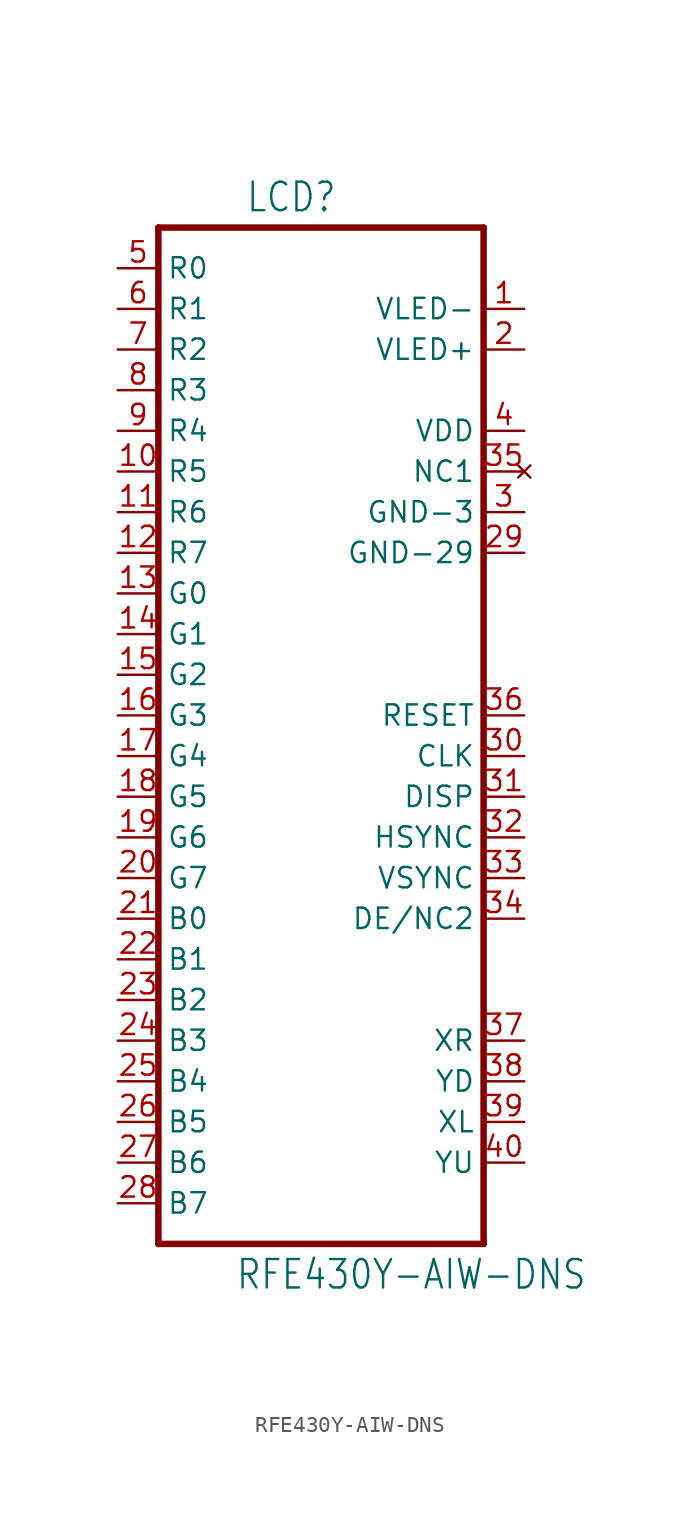
<source format=kicad_sym>
(kicad_symbol_lib
  (version 20211014)
  (generator kicad_symbol_editor)
  (symbol "RFE430Y-AIW-DNS"
    (property "Reference" "LCD"
      (at -4.724 31.344 0)
      (effects (font (size 1.778 1.511)) (justify left bottom)))
    (property "Value" "RFE430Y-AIW-DNS"
      (at -5.359 -35.966 0)
      (effects (font (size 1.778 1.511)) (justify left bottom)))
    (property "ki_locked" ""
      (at 0 0 0)
      (effects (font (size 1.27 1.27))))
    (symbol "RFE430Y-AIW-DNS_1_0"
      (polyline (pts (xy -10.16 -33.02) (xy 10.16 -33.02)) (stroke (width 0.406) (type default) (color 0 0 0 0)) (fill (type none)))
      (polyline (pts (xy -10.16 30.48) (xy -10.16 -33.02)) (stroke (width 0.406) (type default) (color 0 0 0 0)) (fill (type none)))
      (polyline (pts (xy 10.16 -33.02) (xy 10.16 30.48)) (stroke (width 0.406) (type default) (color 0 0 0 0)) (fill (type none)))
      (polyline (pts (xy 10.16 30.48) (xy -10.16 30.48)) (stroke (width 0.406) (type default) (color 0 0 0 0)) (fill (type none)))
      (pin power_in line (at 12.7 25.4 180) (length 2.54) (name "VLED-" (effects (font (size 1.27 1.27)))) (number "1" (effects (font (size 1.27 1.27)))))
      (pin input line (at -12.7 15.24 0) (length 2.54) (name "R5" (effects (font (size 1.27 1.27)))) (number "10" (effects (font (size 1.27 1.27)))))
      (pin input line (at -12.7 12.7 0) (length 2.54) (name "R6" (effects (font (size 1.27 1.27)))) (number "11" (effects (font (size 1.27 1.27)))))
      (pin input line (at -12.7 10.16 0) (length 2.54) (name "R7" (effects (font (size 1.27 1.27)))) (number "12" (effects (font (size 1.27 1.27)))))
      (pin input line (at -12.7 7.62 0) (length 2.54) (name "G0" (effects (font (size 1.27 1.27)))) (number "13" (effects (font (size 1.27 1.27)))))
      (pin input line (at -12.7 5.08 0) (length 2.54) (name "G1" (effects (font (size 1.27 1.27)))) (number "14" (effects (font (size 1.27 1.27)))))
      (pin input line (at -12.7 2.54 0) (length 2.54) (name "G2" (effects (font (size 1.27 1.27)))) (number "15" (effects (font (size 1.27 1.27)))))
      (pin input line (at -12.7 0 0) (length 2.54) (name "G3" (effects (font (size 1.27 1.27)))) (number "16" (effects (font (size 1.27 1.27)))))
      (pin input line (at -12.7 -2.54 0) (length 2.54) (name "G4" (effects (font (size 1.27 1.27)))) (number "17" (effects (font (size 1.27 1.27)))))
      (pin input line (at -12.7 -5.08 0) (length 2.54) (name "G5" (effects (font (size 1.27 1.27)))) (number "18" (effects (font (size 1.27 1.27)))))
      (pin input line (at -12.7 -7.62 0) (length 2.54) (name "G6" (effects (font (size 1.27 1.27)))) (number "19" (effects (font (size 1.27 1.27)))))
      (pin power_in line (at 12.7 22.86 180) (length 2.54) (name "VLED+" (effects (font (size 1.27 1.27)))) (number "2" (effects (font (size 1.27 1.27)))))
      (pin input line (at -12.7 -10.16 0) (length 2.54) (name "G7" (effects (font (size 1.27 1.27)))) (number "20" (effects (font (size 1.27 1.27)))))
      (pin input line (at -12.7 -12.7 0) (length 2.54) (name "B0" (effects (font (size 1.27 1.27)))) (number "21" (effects (font (size 1.27 1.27)))))
      (pin input line (at -12.7 -15.24 0) (length 2.54) (name "B1" (effects (font (size 1.27 1.27)))) (number "22" (effects (font (size 1.27 1.27)))))
      (pin input line (at -12.7 -17.78 0) (length 2.54) (name "B2" (effects (font (size 1.27 1.27)))) (number "23" (effects (font (size 1.27 1.27)))))
      (pin input line (at -12.7 -20.32 0) (length 2.54) (name "B3" (effects (font (size 1.27 1.27)))) (number "24" (effects (font (size 1.27 1.27)))))
      (pin input line (at -12.7 -22.86 0) (length 2.54) (name "B4" (effects (font (size 1.27 1.27)))) (number "25" (effects (font (size 1.27 1.27)))))
      (pin input line (at -12.7 -25.4 0) (length 2.54) (name "B5" (effects (font (size 1.27 1.27)))) (number "26" (effects (font (size 1.27 1.27)))))
      (pin input line (at -12.7 -27.94 0) (length 2.54) (name "B6" (effects (font (size 1.27 1.27)))) (number "27" (effects (font (size 1.27 1.27)))))
      (pin input line (at -12.7 -30.48 0) (length 2.54) (name "B7" (effects (font (size 1.27 1.27)))) (number "28" (effects (font (size 1.27 1.27)))))
      (pin power_in line (at 12.7 10.16 180) (length 2.54) (name "GND-29" (effects (font (size 1.27 1.27)))) (number "29" (effects (font (size 1.27 1.27)))))
      (pin power_in line (at 12.7 12.7 180) (length 2.54) (name "GND-3" (effects (font (size 1.27 1.27)))) (number "3" (effects (font (size 1.27 1.27)))))
      (pin input line (at 12.7 -2.54 180) (length 2.54) (name "CLK" (effects (font (size 1.27 1.27)))) (number "30" (effects (font (size 1.27 1.27)))))
      (pin input line (at 12.7 -5.08 180) (length 2.54) (name "DISP" (effects (font (size 1.27 1.27)))) (number "31" (effects (font (size 1.27 1.27)))))
      (pin input line (at 12.7 -7.62 180) (length 2.54) (name "HSYNC" (effects (font (size 1.27 1.27)))) (number "32" (effects (font (size 1.27 1.27)))))
      (pin input line (at 12.7 -10.16 180) (length 2.54) (name "VSYNC" (effects (font (size 1.27 1.27)))) (number "33" (effects (font (size 1.27 1.27)))))
      (pin passive line (at 12.7 -12.7 180) (length 2.54) (name "DE/NC2" (effects (font (size 1.27 1.27)))) (number "34" (effects (font (size 1.27 1.27)))))
      (pin no_connect line (at 12.7 15.24 180) (length 2.54) (name "NC1" (effects (font (size 1.27 1.27)))) (number "35" (effects (font (size 1.27 1.27)))))
      (pin input line (at 12.7 0 180) (length 2.54) (name "RESET" (effects (font (size 1.27 1.27)))) (number "36" (effects (font (size 1.27 1.27)))))
      (pin passive line (at 12.7 -20.32 180) (length 2.54) (name "XR" (effects (font (size 1.27 1.27)))) (number "37" (effects (font (size 1.27 1.27)))))
      (pin passive line (at 12.7 -22.86 180) (length 2.54) (name "YD" (effects (font (size 1.27 1.27)))) (number "38" (effects (font (size 1.27 1.27)))))
      (pin passive line (at 12.7 -25.4 180) (length 2.54) (name "XL" (effects (font (size 1.27 1.27)))) (number "39" (effects (font (size 1.27 1.27)))))
      (pin power_in line (at 12.7 17.78 180) (length 2.54) (name "VDD" (effects (font (size 1.27 1.27)))) (number "4" (effects (font (size 1.27 1.27)))))
      (pin passive line (at 12.7 -27.94 180) (length 2.54) (name "YU" (effects (font (size 1.27 1.27)))) (number "40" (effects (font (size 1.27 1.27)))))
      (pin input line (at -12.7 27.94 0) (length 2.54) (name "R0" (effects (font (size 1.27 1.27)))) (number "5" (effects (font (size 1.27 1.27)))))
      (pin input line (at -12.7 25.4 0) (length 2.54) (name "R1" (effects (font (size 1.27 1.27)))) (number "6" (effects (font (size 1.27 1.27)))))
      (pin input line (at -12.7 22.86 0) (length 2.54) (name "R2" (effects (font (size 1.27 1.27)))) (number "7" (effects (font (size 1.27 1.27)))))
      (pin input line (at -12.7 20.32 0) (length 2.54) (name "R3" (effects (font (size 1.27 1.27)))) (number "8" (effects (font (size 1.27 1.27)))))
      (pin input line (at -12.7 17.78 0) (length 2.54) (name "R4" (effects (font (size 1.27 1.27)))) (number "9" (effects (font (size 1.27 1.27))))))))
</source>
